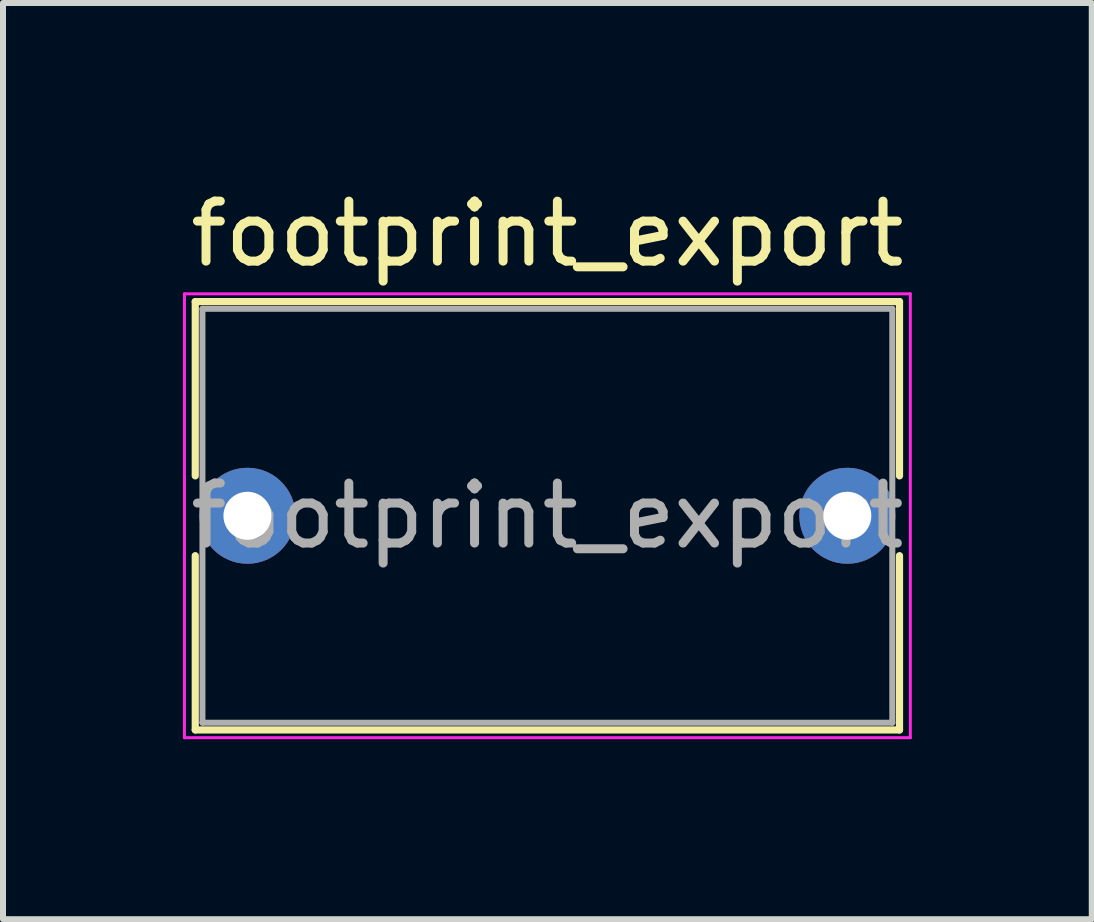
<source format=kicad_pcb>
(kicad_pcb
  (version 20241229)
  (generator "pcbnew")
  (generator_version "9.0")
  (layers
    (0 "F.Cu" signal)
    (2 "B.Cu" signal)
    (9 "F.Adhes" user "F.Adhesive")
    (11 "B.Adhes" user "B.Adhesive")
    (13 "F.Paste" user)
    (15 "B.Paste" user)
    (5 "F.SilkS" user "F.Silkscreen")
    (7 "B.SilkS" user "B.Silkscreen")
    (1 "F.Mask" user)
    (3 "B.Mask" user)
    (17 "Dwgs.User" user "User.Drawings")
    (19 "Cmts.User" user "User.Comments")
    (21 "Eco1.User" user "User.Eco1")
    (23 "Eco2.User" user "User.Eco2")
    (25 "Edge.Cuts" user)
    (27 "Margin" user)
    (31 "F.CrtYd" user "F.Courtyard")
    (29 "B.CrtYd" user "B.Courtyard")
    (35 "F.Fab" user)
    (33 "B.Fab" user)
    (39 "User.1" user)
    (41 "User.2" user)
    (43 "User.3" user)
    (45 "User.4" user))
  (footprint "footprint_export"
    (layer "F.Cu")
    (at 1.075 5.548)
    (property "Reference" "footprint_export" (at 5 -4.7 0) (layer "F.SilkS") (effects (font (size 1 1) (thickness 0.15))))
    (attr through_hole)
    (fp_line (start -0.87 -3.57) (end -0.87 -0.665) (stroke (width 0.12) (type solid)) (layer "F.SilkS"))
    (fp_line (start -0.87 -3.57) (end 10.87 -3.57) (stroke (width 0.12) (type solid)) (layer "F.SilkS"))
    (fp_line (start -0.87 0.665) (end -0.87 3.57) (stroke (width 0.12) (type solid)) (layer "F.SilkS"))
    (fp_line (start -0.87 3.57) (end 10.87 3.57) (stroke (width 0.12) (type solid)) (layer "F.SilkS"))
    (fp_line (start 10.87 -3.57) (end 10.87 -0.665) (stroke (width 0.12) (type solid)) (layer "F.SilkS"))
    (fp_line (start 10.87 0.665) (end 10.87 3.57) (stroke (width 0.12) (type solid)) (layer "F.SilkS"))
    (fp_line (start -1.05 -3.7) (end -1.05 3.7) (stroke (width 0.05) (type solid)) (layer "F.CrtYd"))
    (fp_line (start -1.05 3.7) (end 11.05 3.7) (stroke (width 0.05) (type solid)) (layer "F.CrtYd"))
    (fp_line (start 11.05 -3.7) (end -1.05 -3.7) (stroke (width 0.05) (type solid)) (layer "F.CrtYd"))
    (fp_line (start 11.05 3.7) (end 11.05 -3.7) (stroke (width 0.05) (type solid)) (layer "F.CrtYd"))
    (fp_line (start -0.75 -3.45) (end -0.75 3.45) (stroke (width 0.1) (type solid)) (layer "F.Fab"))
    (fp_line (start -0.75 3.45) (end 10.75 3.45) (stroke (width 0.1) (type solid)) (layer "F.Fab"))
    (fp_line (start 10.75 -3.45) (end -0.75 -3.45) (stroke (width 0.1) (type solid)) (layer "F.Fab"))
    (fp_line (start 10.75 3.45) (end 10.75 -3.45) (stroke (width 0.1) (type solid)) (layer "F.Fab"))
    (fp_text user "${REFERENCE}" (at 5 0 0) (layer "F.Fab") (effects (font (size 1 1) (thickness 0.15))))
    (pad "1" thru_hole circle (at 0 0) (size 1.6 1.6) (drill 0.8) (layers "*.Cu" "*.Mask"))
    (pad "2" thru_hole circle (at 10 0) (size 1.6 1.6) (drill 0.8) (layers "*.Cu" "*.Mask")))
  (gr_rect
    (start -3 -3)
    (end 15.15 12.273)
    (stroke (width 0.1) (type default))
    (fill no)
    (layer "Edge.Cuts")))
</source>
